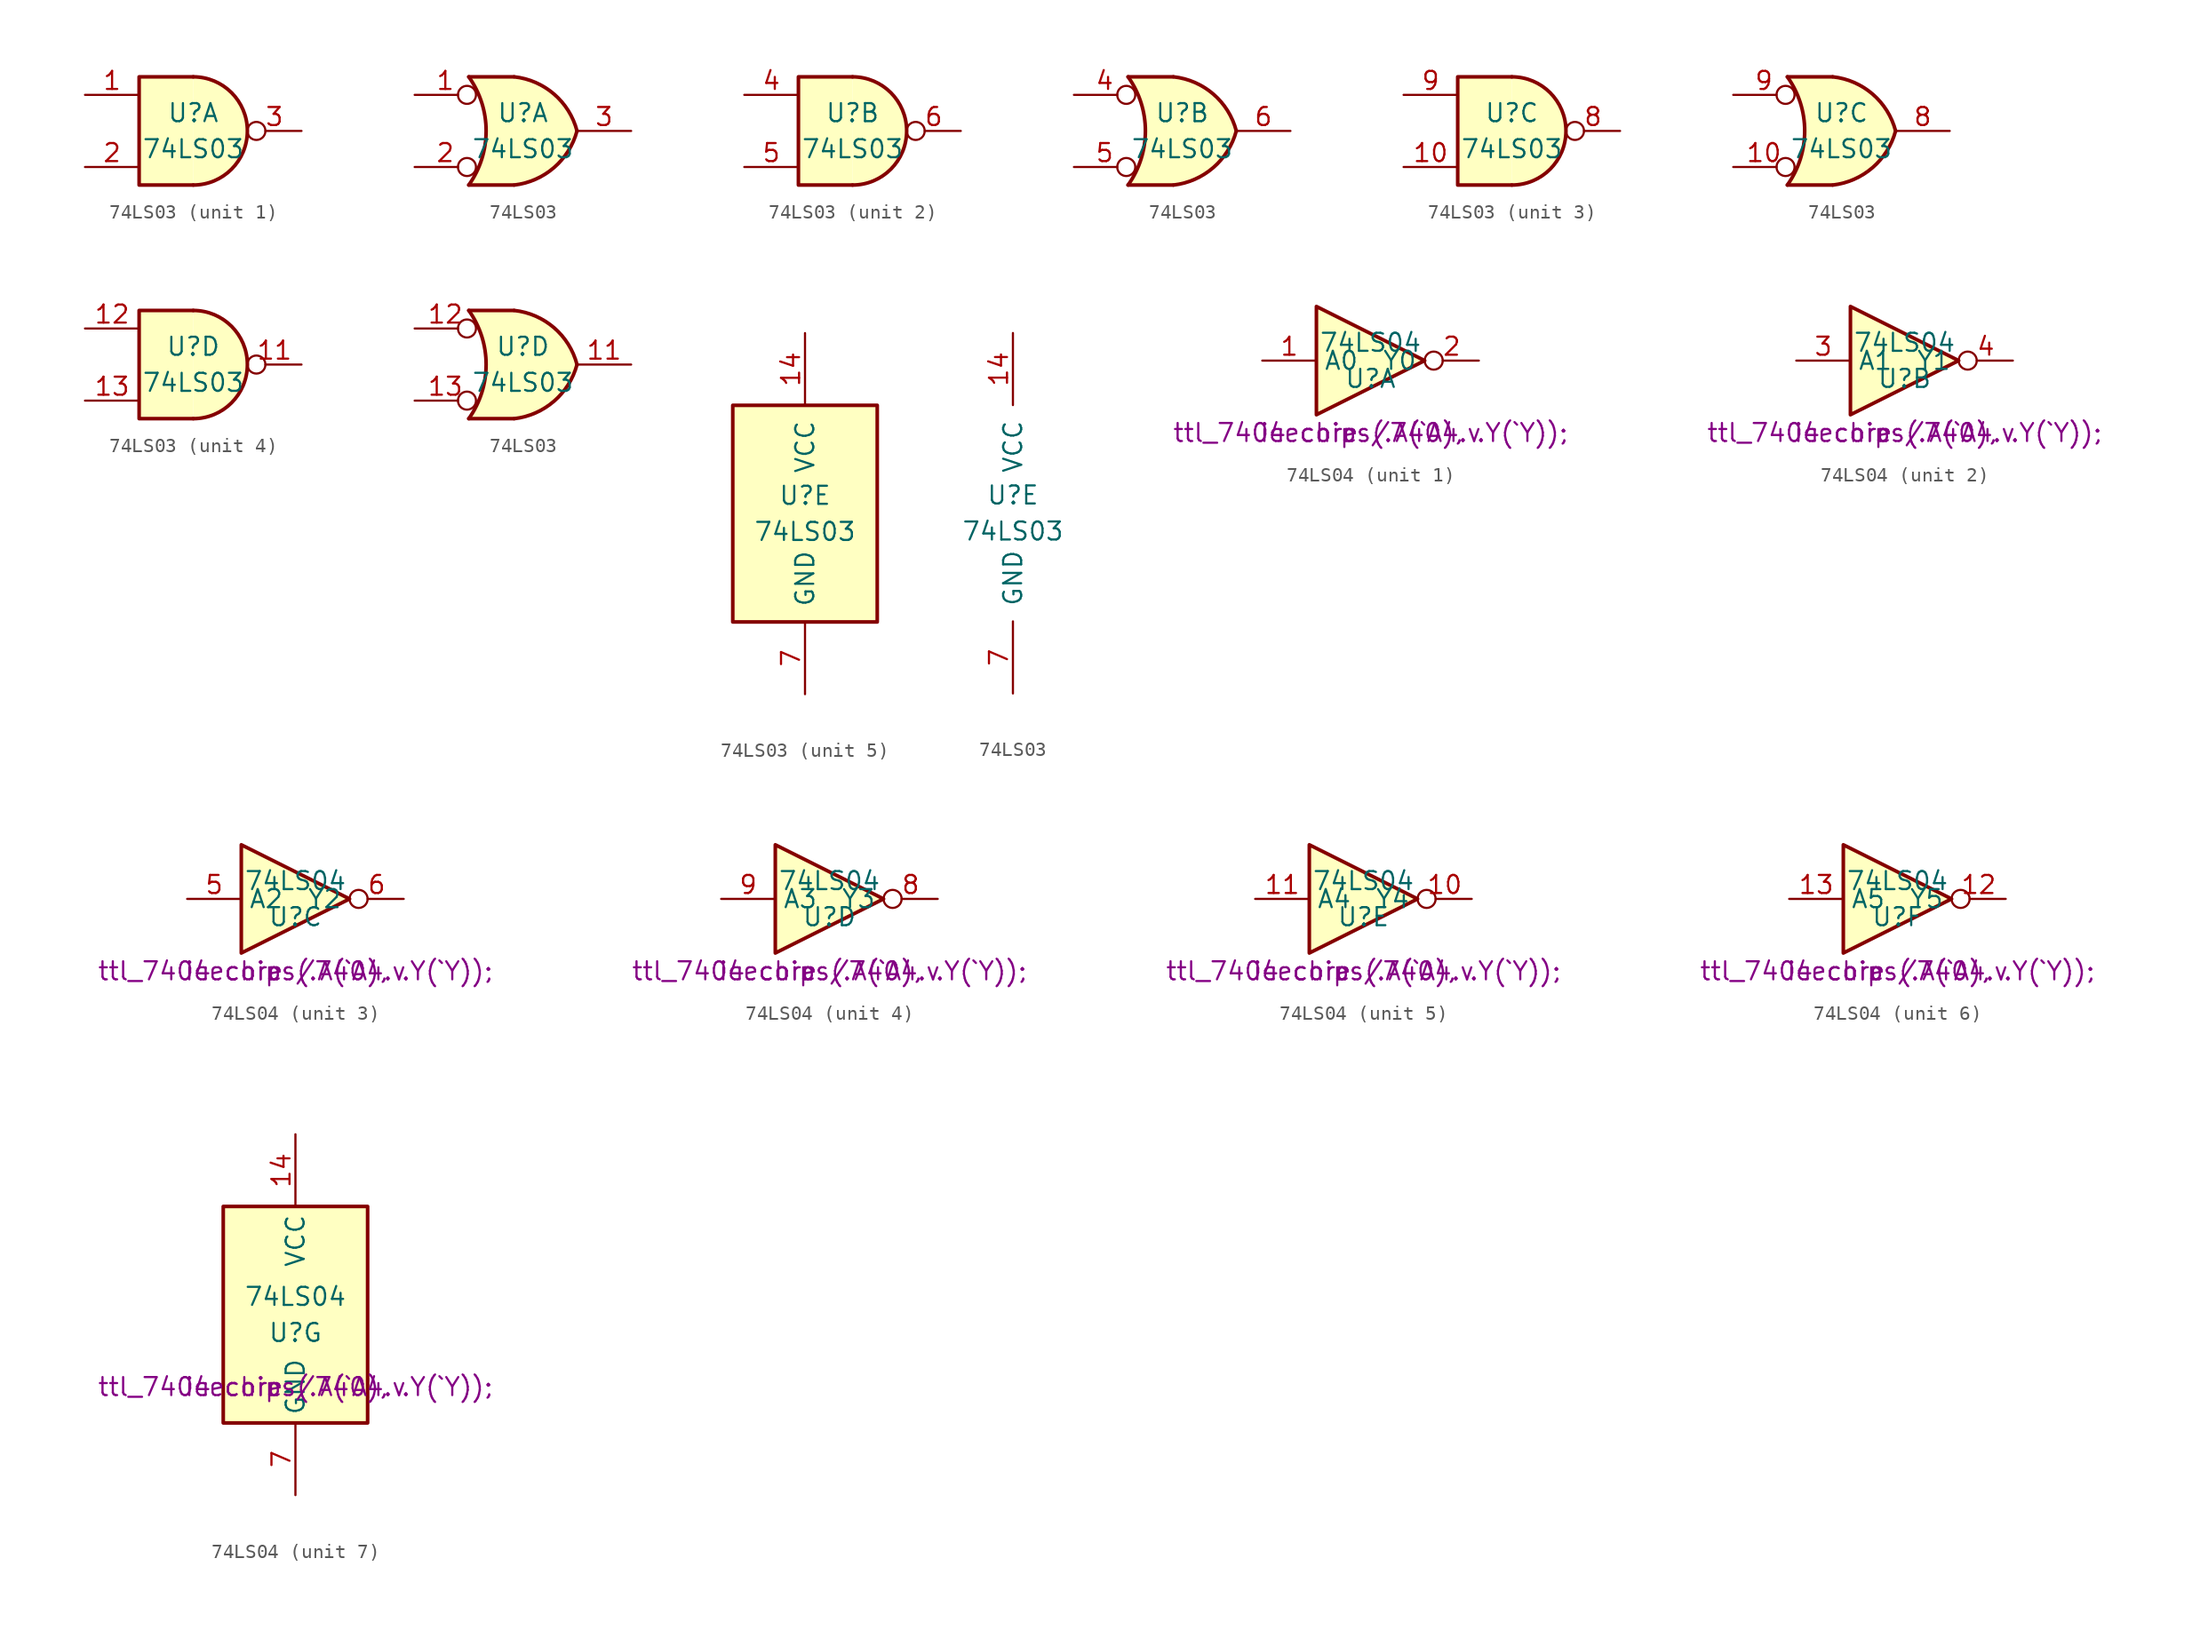
<source format=kicad_sym>
(kicad_symbol_lib
  (version 20211014)
  (generator kicad_symbol_editor)
  (symbol "74LS03"
    (pin_names
      (offset 1.016))
    (property "Reference" "U"
      (at 0 1.27 0)
      (effects (font (size 1.27 1.27))))
    (property "Value" "74LS03"
      (at 0 -1.27 0)
      (effects (font (size 1.27 1.27))))
    (property "ki_locked" ""
      (at 0 0 0)
      (effects (font (size 1.27 1.27))))
    (symbol "74LS03_1_1"
      (arc (start 0 -3.81) (mid 3.81 0) (end 0 3.81) (stroke (width 0.254) (type default) (color 0 0 0 0)) (fill (type background)))
      (polyline (pts (xy 0 3.81) (xy -3.81 3.81) (xy -3.81 -3.81) (xy 0 -3.81)) (stroke (width 0.254) (type default) (color 0 0 0 0)) (fill (type background)))
      (pin input line (at -7.62 2.54 0) (length 3.81) (name "~" (effects (font (size 1.27 1.27)))) (number "1" (effects (font (size 1.27 1.27)))))
      (pin input line (at -7.62 -2.54 0) (length 3.81) (name "~" (effects (font (size 1.27 1.27)))) (number "2" (effects (font (size 1.27 1.27)))))
      (pin open_collector inverted (at 7.62 0 180) (length 3.81) (name "~" (effects (font (size 1.27 1.27)))) (number "3" (effects (font (size 1.27 1.27))))))
    (symbol "74LS03_1_2"
      (arc (start -3.81 -3.81) (mid -2.589 0) (end -3.81 3.81) (stroke (width 0.254) (type default) (color 0 0 0 0)) (fill (type none)))
      (arc (start -0.6096 -3.81) (mid 2.1855 -2.584) (end 3.81 0) (stroke (width 0.254) (type default) (color 0 0 0 0)) (fill (type background)))
      (polyline (pts (xy -3.81 -3.81) (xy -0.635 -3.81)) (stroke (width 0.254) (type default) (color 0 0 0 0)) (fill (type background)))
      (polyline (pts (xy -3.81 3.81) (xy -0.635 3.81)) (stroke (width 0.254) (type default) (color 0 0 0 0)) (fill (type background)))
      (polyline (pts (xy -0.635 3.81) (xy -3.81 3.81) (xy -3.81 3.81) (xy -3.556 3.404) (xy -3.023 2.261) (xy -2.692 1.041) (xy -2.616 -0.254) (xy -2.769 -1.499) (xy -3.175 -2.718) (xy -3.81 -3.81) (xy -3.81 -3.81) (xy -0.635 -3.81)) (stroke (width -25.4) (type default) (color 0 0 0 0)) (fill (type background)))
      (arc (start 3.81 0) (mid 2.1928 2.5925) (end -0.6096 3.81) (stroke (width 0.254) (type default) (color 0 0 0 0)) (fill (type background)))
      (pin input inverted (at -7.62 2.54 0) (length 4.318) (name "~" (effects (font (size 1.27 1.27)))) (number "1" (effects (font (size 1.27 1.27)))))
      (pin input inverted (at -7.62 -2.54 0) (length 4.318) (name "~" (effects (font (size 1.27 1.27)))) (number "2" (effects (font (size 1.27 1.27)))))
      (pin open_collector line (at 7.62 0 180) (length 3.81) (name "~" (effects (font (size 1.27 1.27)))) (number "3" (effects (font (size 1.27 1.27))))))
    (symbol "74LS03_2_1"
      (arc (start 0 -3.81) (mid 3.81 0) (end 0 3.81) (stroke (width 0.254) (type default) (color 0 0 0 0)) (fill (type background)))
      (polyline (pts (xy 0 3.81) (xy -3.81 3.81) (xy -3.81 -3.81) (xy 0 -3.81)) (stroke (width 0.254) (type default) (color 0 0 0 0)) (fill (type background)))
      (pin input line (at -7.62 2.54 0) (length 3.81) (name "~" (effects (font (size 1.27 1.27)))) (number "4" (effects (font (size 1.27 1.27)))))
      (pin input line (at -7.62 -2.54 0) (length 3.81) (name "~" (effects (font (size 1.27 1.27)))) (number "5" (effects (font (size 1.27 1.27)))))
      (pin open_collector inverted (at 7.62 0 180) (length 3.81) (name "~" (effects (font (size 1.27 1.27)))) (number "6" (effects (font (size 1.27 1.27))))))
    (symbol "74LS03_2_2"
      (arc (start -3.81 -3.81) (mid -2.589 0) (end -3.81 3.81) (stroke (width 0.254) (type default) (color 0 0 0 0)) (fill (type none)))
      (arc (start -0.6096 -3.81) (mid 2.1855 -2.584) (end 3.81 0) (stroke (width 0.254) (type default) (color 0 0 0 0)) (fill (type background)))
      (polyline (pts (xy -3.81 -3.81) (xy -0.635 -3.81)) (stroke (width 0.254) (type default) (color 0 0 0 0)) (fill (type background)))
      (polyline (pts (xy -3.81 3.81) (xy -0.635 3.81)) (stroke (width 0.254) (type default) (color 0 0 0 0)) (fill (type background)))
      (polyline (pts (xy -0.635 3.81) (xy -3.81 3.81) (xy -3.81 3.81) (xy -3.556 3.404) (xy -3.023 2.261) (xy -2.692 1.041) (xy -2.616 -0.254) (xy -2.769 -1.499) (xy -3.175 -2.718) (xy -3.81 -3.81) (xy -3.81 -3.81) (xy -0.635 -3.81)) (stroke (width -25.4) (type default) (color 0 0 0 0)) (fill (type background)))
      (arc (start 3.81 0) (mid 2.1928 2.5925) (end -0.6096 3.81) (stroke (width 0.254) (type default) (color 0 0 0 0)) (fill (type background)))
      (pin input inverted (at -7.62 2.54 0) (length 4.318) (name "~" (effects (font (size 1.27 1.27)))) (number "4" (effects (font (size 1.27 1.27)))))
      (pin input inverted (at -7.62 -2.54 0) (length 4.318) (name "~" (effects (font (size 1.27 1.27)))) (number "5" (effects (font (size 1.27 1.27)))))
      (pin open_collector line (at 7.62 0 180) (length 3.81) (name "~" (effects (font (size 1.27 1.27)))) (number "6" (effects (font (size 1.27 1.27))))))
    (symbol "74LS03_3_1"
      (arc (start 0 -3.81) (mid 3.81 0) (end 0 3.81) (stroke (width 0.254) (type default) (color 0 0 0 0)) (fill (type background)))
      (polyline (pts (xy 0 3.81) (xy -3.81 3.81) (xy -3.81 -3.81) (xy 0 -3.81)) (stroke (width 0.254) (type default) (color 0 0 0 0)) (fill (type background)))
      (pin input line (at -7.62 -2.54 0) (length 3.81) (name "~" (effects (font (size 1.27 1.27)))) (number "10" (effects (font (size 1.27 1.27)))))
      (pin open_collector inverted (at 7.62 0 180) (length 3.81) (name "~" (effects (font (size 1.27 1.27)))) (number "8" (effects (font (size 1.27 1.27)))))
      (pin input line (at -7.62 2.54 0) (length 3.81) (name "~" (effects (font (size 1.27 1.27)))) (number "9" (effects (font (size 1.27 1.27))))))
    (symbol "74LS03_3_2"
      (arc (start -3.81 -3.81) (mid -2.589 0) (end -3.81 3.81) (stroke (width 0.254) (type default) (color 0 0 0 0)) (fill (type none)))
      (arc (start -0.6096 -3.81) (mid 2.1855 -2.584) (end 3.81 0) (stroke (width 0.254) (type default) (color 0 0 0 0)) (fill (type background)))
      (polyline (pts (xy -3.81 -3.81) (xy -0.635 -3.81)) (stroke (width 0.254) (type default) (color 0 0 0 0)) (fill (type background)))
      (polyline (pts (xy -3.81 3.81) (xy -0.635 3.81)) (stroke (width 0.254) (type default) (color 0 0 0 0)) (fill (type background)))
      (polyline (pts (xy -0.635 3.81) (xy -3.81 3.81) (xy -3.81 3.81) (xy -3.556 3.404) (xy -3.023 2.261) (xy -2.692 1.041) (xy -2.616 -0.254) (xy -2.769 -1.499) (xy -3.175 -2.718) (xy -3.81 -3.81) (xy -3.81 -3.81) (xy -0.635 -3.81)) (stroke (width -25.4) (type default) (color 0 0 0 0)) (fill (type background)))
      (arc (start 3.81 0) (mid 2.1928 2.5925) (end -0.6096 3.81) (stroke (width 0.254) (type default) (color 0 0 0 0)) (fill (type background)))
      (pin input inverted (at -7.62 -2.54 0) (length 4.318) (name "~" (effects (font (size 1.27 1.27)))) (number "10" (effects (font (size 1.27 1.27)))))
      (pin open_collector line (at 7.62 0 180) (length 3.81) (name "~" (effects (font (size 1.27 1.27)))) (number "8" (effects (font (size 1.27 1.27)))))
      (pin input inverted (at -7.62 2.54 0) (length 4.318) (name "~" (effects (font (size 1.27 1.27)))) (number "9" (effects (font (size 1.27 1.27))))))
    (symbol "74LS03_4_1"
      (arc (start 0 -3.81) (mid 3.81 0) (end 0 3.81) (stroke (width 0.254) (type default) (color 0 0 0 0)) (fill (type background)))
      (polyline (pts (xy 0 3.81) (xy -3.81 3.81) (xy -3.81 -3.81) (xy 0 -3.81)) (stroke (width 0.254) (type default) (color 0 0 0 0)) (fill (type background)))
      (pin open_collector inverted (at 7.62 0 180) (length 3.81) (name "~" (effects (font (size 1.27 1.27)))) (number "11" (effects (font (size 1.27 1.27)))))
      (pin input line (at -7.62 2.54 0) (length 3.81) (name "~" (effects (font (size 1.27 1.27)))) (number "12" (effects (font (size 1.27 1.27)))))
      (pin input line (at -7.62 -2.54 0) (length 3.81) (name "~" (effects (font (size 1.27 1.27)))) (number "13" (effects (font (size 1.27 1.27))))))
    (symbol "74LS03_4_2"
      (arc (start -3.81 -3.81) (mid -2.589 0) (end -3.81 3.81) (stroke (width 0.254) (type default) (color 0 0 0 0)) (fill (type none)))
      (arc (start -0.6096 -3.81) (mid 2.1855 -2.584) (end 3.81 0) (stroke (width 0.254) (type default) (color 0 0 0 0)) (fill (type background)))
      (polyline (pts (xy -3.81 -3.81) (xy -0.635 -3.81)) (stroke (width 0.254) (type default) (color 0 0 0 0)) (fill (type background)))
      (polyline (pts (xy -3.81 3.81) (xy -0.635 3.81)) (stroke (width 0.254) (type default) (color 0 0 0 0)) (fill (type background)))
      (polyline (pts (xy -0.635 3.81) (xy -3.81 3.81) (xy -3.81 3.81) (xy -3.556 3.404) (xy -3.023 2.261) (xy -2.692 1.041) (xy -2.616 -0.254) (xy -2.769 -1.499) (xy -3.175 -2.718) (xy -3.81 -3.81) (xy -3.81 -3.81) (xy -0.635 -3.81)) (stroke (width -25.4) (type default) (color 0 0 0 0)) (fill (type background)))
      (arc (start 3.81 0) (mid 2.1928 2.5925) (end -0.6096 3.81) (stroke (width 0.254) (type default) (color 0 0 0 0)) (fill (type background)))
      (pin open_collector line (at 7.62 0 180) (length 3.81) (name "~" (effects (font (size 1.27 1.27)))) (number "11" (effects (font (size 1.27 1.27)))))
      (pin input inverted (at -7.62 2.54 0) (length 4.318) (name "~" (effects (font (size 1.27 1.27)))) (number "12" (effects (font (size 1.27 1.27)))))
      (pin input inverted (at -7.62 -2.54 0) (length 4.318) (name "~" (effects (font (size 1.27 1.27)))) (number "13" (effects (font (size 1.27 1.27))))))
    (symbol "74LS03_5_0"
      (pin power_in line (at 0 12.7 270) (length 5.08) (name "VCC" (effects (font (size 1.27 1.27)))) (number "14" (effects (font (size 1.27 1.27)))))
      (pin power_in line (at 0 -12.7 90) (length 5.08) (name "GND" (effects (font (size 1.27 1.27)))) (number "7" (effects (font (size 1.27 1.27))))))
    (symbol "74LS03_5_1"
      (rectangle (start -5.08 7.62) (end 5.08 -7.62) (stroke (width 0.254) (type default) (color 0 0 0 0)) (fill (type background)))))
  (symbol "74LS04"
    (property "Reference" "U"
      (at 0 -1.27 0)
      (effects (font (size 1.27 1.27))))
    (property "Value" "74LS04"
      (at 0 1.27 0)
      (effects (font (size 1.27 1.27))))
    (property "VerilogInclude" "icechips/7404.v"
      (at 0 -5.08 0)
      (effects (font (size 1.27 1.27))))
    (property "VerilogCode" "ttl_7404 core (.A(`A), .Y(`Y));"
      (at 0 -5.08 0)
      (effects (font (size 1.27 1.27))))
    (property "ki_locked" ""
      (at 0 0 0)
      (effects (font (size 1.27 1.27))))
    (symbol "74LS04_1_0"
      (polyline (pts (xy -3.81 3.81) (xy -3.81 -3.81) (xy 3.81 0) (xy -3.81 3.81)) (stroke (width 0.254) (type default) (color 0 0 0 0)) (fill (type background)))
      (pin input line (at -7.62 0 0) (length 3.81) (name "A0" (effects (font (size 1.27 1.27)))) (number "1" (effects (font (size 1.27 1.27)))))
      (pin output inverted (at 7.62 0 180) (length 3.81) (name "Y0" (effects (font (size 1.27 1.27)))) (number "2" (effects (font (size 1.27 1.27))))))
    (symbol "74LS04_2_0"
      (polyline (pts (xy -3.81 3.81) (xy -3.81 -3.81) (xy 3.81 0) (xy -3.81 3.81)) (stroke (width 0.254) (type default) (color 0 0 0 0)) (fill (type background)))
      (pin input line (at -7.62 0 0) (length 3.81) (name "A1" (effects (font (size 1.27 1.27)))) (number "3" (effects (font (size 1.27 1.27)))))
      (pin output inverted (at 7.62 0 180) (length 3.81) (name "Y1" (effects (font (size 1.27 1.27)))) (number "4" (effects (font (size 1.27 1.27))))))
    (symbol "74LS04_3_0"
      (polyline (pts (xy -3.81 3.81) (xy -3.81 -3.81) (xy 3.81 0) (xy -3.81 3.81)) (stroke (width 0.254) (type default) (color 0 0 0 0)) (fill (type background)))
      (pin input line (at -7.62 0 0) (length 3.81) (name "A2" (effects (font (size 1.27 1.27)))) (number "5" (effects (font (size 1.27 1.27)))))
      (pin output inverted (at 7.62 0 180) (length 3.81) (name "Y2" (effects (font (size 1.27 1.27)))) (number "6" (effects (font (size 1.27 1.27))))))
    (symbol "74LS04_4_0"
      (polyline (pts (xy -3.81 3.81) (xy -3.81 -3.81) (xy 3.81 0) (xy -3.81 3.81)) (stroke (width 0.254) (type default) (color 0 0 0 0)) (fill (type background)))
      (pin output inverted (at 7.62 0 180) (length 3.81) (name "Y3" (effects (font (size 1.27 1.27)))) (number "8" (effects (font (size 1.27 1.27)))))
      (pin input line (at -7.62 0 0) (length 3.81) (name "A3" (effects (font (size 1.27 1.27)))) (number "9" (effects (font (size 1.27 1.27))))))
    (symbol "74LS04_5_0"
      (polyline (pts (xy -3.81 3.81) (xy -3.81 -3.81) (xy 3.81 0) (xy -3.81 3.81)) (stroke (width 0.254) (type default) (color 0 0 0 0)) (fill (type background)))
      (pin output inverted (at 7.62 0 180) (length 3.81) (name "Y4" (effects (font (size 1.27 1.27)))) (number "10" (effects (font (size 1.27 1.27)))))
      (pin input line (at -7.62 0 0) (length 3.81) (name "A4" (effects (font (size 1.27 1.27)))) (number "11" (effects (font (size 1.27 1.27))))))
    (symbol "74LS04_6_0"
      (polyline (pts (xy -3.81 3.81) (xy -3.81 -3.81) (xy 3.81 0) (xy -3.81 3.81)) (stroke (width 0.254) (type default) (color 0 0 0 0)) (fill (type background)))
      (pin output inverted (at 7.62 0 180) (length 3.81) (name "Y5" (effects (font (size 1.27 1.27)))) (number "12" (effects (font (size 1.27 1.27)))))
      (pin input line (at -7.62 0 0) (length 3.81) (name "A5" (effects (font (size 1.27 1.27)))) (number "13" (effects (font (size 1.27 1.27))))))
    (symbol "74LS04_7_0"
      (pin power_in line (at 0 12.7 270) (length 5.08) (name "VCC" (effects (font (size 1.27 1.27)))) (number "14" (effects (font (size 1.27 1.27)))))
      (pin power_in line (at 0 -12.7 90) (length 5.08) (name "GND" (effects (font (size 1.27 1.27)))) (number "7" (effects (font (size 1.27 1.27))))))
    (symbol "74LS04_7_1"
      (rectangle (start -5.08 7.62) (end 5.08 -7.62) (stroke (width 0.254) (type default) (color 0 0 0 0)) (fill (type background))))))
</source>
